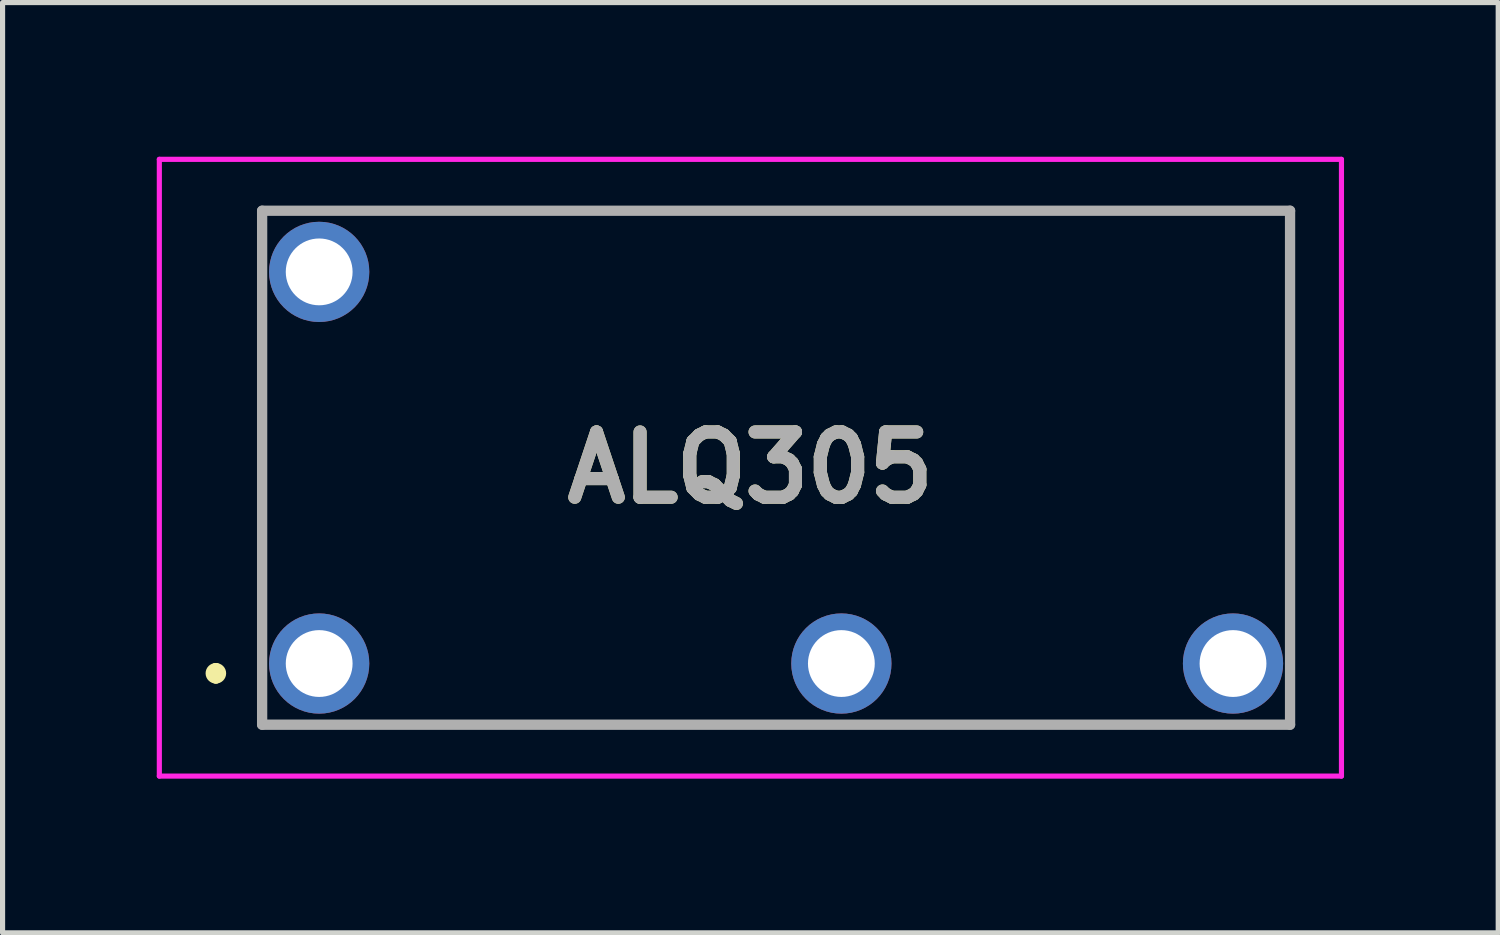
<source format=kicad_pcb>
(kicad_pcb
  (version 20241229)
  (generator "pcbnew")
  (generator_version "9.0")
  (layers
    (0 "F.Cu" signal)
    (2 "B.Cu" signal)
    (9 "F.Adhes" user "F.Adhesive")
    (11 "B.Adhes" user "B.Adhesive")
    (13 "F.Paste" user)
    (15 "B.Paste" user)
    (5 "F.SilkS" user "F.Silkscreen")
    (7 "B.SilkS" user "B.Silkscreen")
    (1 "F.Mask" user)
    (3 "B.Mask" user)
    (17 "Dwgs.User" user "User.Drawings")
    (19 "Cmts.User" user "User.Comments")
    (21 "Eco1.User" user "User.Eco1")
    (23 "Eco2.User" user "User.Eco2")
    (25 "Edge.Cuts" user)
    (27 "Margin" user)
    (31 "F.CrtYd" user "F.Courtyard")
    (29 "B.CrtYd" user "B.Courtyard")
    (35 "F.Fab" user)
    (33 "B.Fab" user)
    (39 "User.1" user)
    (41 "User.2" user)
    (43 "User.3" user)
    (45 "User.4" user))
  (footprint "ALQ305"
    (layer "F.Cu")
    (at 11.55 6.05)
    (property "Reference" "ALQ305" (at 0 0 0) (layer "F.SilkS") (effects (font (size 1.27 1.27) (thickness 0.254))))
    (attr through_hole)
    (fp_line (start -10.4 3.9) (end -10.4 3.9) (stroke (width 0.2) (type solid)) (layer "F.SilkS"))
    (fp_line (start -10.4 4.1) (end -10.4 4.1) (stroke (width 0.2) (type solid)) (layer "F.SilkS"))
    (fp_line (start -9.5 -5) (end 10.5 -5) (stroke (width 0.1) (type solid)) (layer "F.SilkS"))
    (fp_line (start -9.5 5) (end -9.5 -5) (stroke (width 0.1) (type solid)) (layer "F.SilkS"))
    (fp_line (start 10.5 -5) (end 10.5 5) (stroke (width 0.1) (type solid)) (layer "F.SilkS"))
    (fp_line (start 10.5 5) (end -9.5 5) (stroke (width 0.1) (type solid)) (layer "F.SilkS"))
    (fp_arc (start -10.4 3.9) (mid -10.3 4) (end -10.4 4.1) (stroke (width 0.2) (type solid)) (layer "F.SilkS"))
    (fp_arc (start -10.4 4.1) (mid -10.5 4) (end -10.4 3.9) (stroke (width 0.2) (type solid)) (layer "F.SilkS"))
    (fp_line (start -11.5 -6) (end 11.5 -6) (stroke (width 0.1) (type solid)) (layer "F.CrtYd"))
    (fp_line (start -11.5 6) (end -11.5 -6) (stroke (width 0.1) (type solid)) (layer "F.CrtYd"))
    (fp_line (start 11.5 -6) (end 11.5 6) (stroke (width 0.1) (type solid)) (layer "F.CrtYd"))
    (fp_line (start 11.5 6) (end -11.5 6) (stroke (width 0.1) (type solid)) (layer "F.CrtYd"))
    (fp_line (start -9.5 -5) (end 10.5 -5) (stroke (width 0.2) (type solid)) (layer "F.Fab"))
    (fp_line (start -9.5 5) (end -9.5 -5) (stroke (width 0.2) (type solid)) (layer "F.Fab"))
    (fp_line (start 10.5 -5) (end 10.5 5) (stroke (width 0.2) (type solid)) (layer "F.Fab"))
    (fp_line (start 10.5 5) (end -9.5 5) (stroke (width 0.2) (type solid)) (layer "F.Fab"))
    (fp_text user "${REFERENCE}" (at 0 0 0) (layer "F.Fab") (effects (font (size 1.27 1.27) (thickness 0.254))))
    (pad "1" thru_hole circle (at -8.39 3.81) (size 1.95 1.95) (drill 1.3) (layers "*.Cu" "*.Mask"))
    (pad "2" thru_hole circle (at 1.77 3.81) (size 1.95 1.95) (drill 1.3) (layers "*.Cu" "*.Mask"))
    (pad "3" thru_hole circle (at 9.39 3.81) (size 1.95 1.95) (drill 1.3) (layers "*.Cu" "*.Mask"))
    (pad "5" thru_hole circle (at -8.39 -3.81) (size 1.95 1.95) (drill 1.3) (layers "*.Cu" "*.Mask")))
  (gr_rect
    (start -3 -3)
    (end 26.1 15.1)
    (stroke (width 0.1) (type default))
    (fill no)
    (layer "Edge.Cuts")))
</source>
